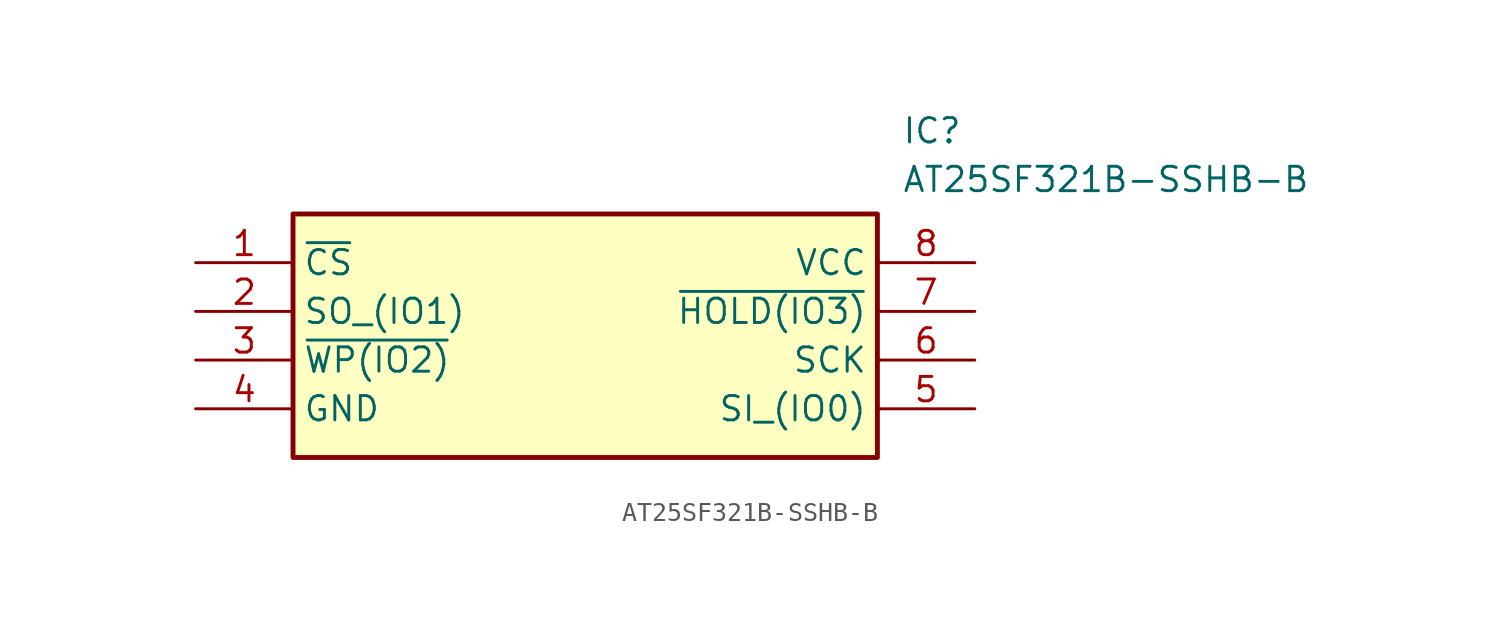
<source format=kicad_sym>
(kicad_symbol_lib
  (version 20211014)
  (generator SamacSys_ECAD_Model)
  (symbol "AT25SF321B-SSHB-B"
    (property "Reference" "IC"
      (at 36.83 7.62 0)
      (effects (font (size 1.27 1.27)) (justify left top)))
    (property "Value" "AT25SF321B-SSHB-B"
      (at 36.83 5.08 0)
      (effects (font (size 1.27 1.27)) (justify left top)))
    (rectangle
      (start 5.08 2.54)
      (end 35.56 -10.16)
      (stroke (width 0.254) (type default))
      (fill (type background)))
    (pin passive line
      (at 0 0 0)
      (length 5.08)
      (name "~{CS}" (effects (font (size 1.27 1.27))))
      (number "1" (effects (font (size 1.27 1.27)))))
    (pin passive line
      (at 0 -2.54 0)
      (length 5.08)
      (name "SO_(IO1)" (effects (font (size 1.27 1.27))))
      (number "2" (effects (font (size 1.27 1.27)))))
    (pin passive line
      (at 0 -5.08 0)
      (length 5.08)
      (name "~{WP(IO2)}" (effects (font (size 1.27 1.27))))
      (number "3" (effects (font (size 1.27 1.27)))))
    (pin passive line
      (at 0 -7.62 0)
      (length 5.08)
      (name "GND" (effects (font (size 1.27 1.27))))
      (number "4" (effects (font (size 1.27 1.27)))))
    (pin passive line
      (at 40.64 0 180)
      (length 5.08)
      (name "VCC" (effects (font (size 1.27 1.27))))
      (number "8" (effects (font (size 1.27 1.27)))))
    (pin passive line
      (at 40.64 -2.54 180)
      (length 5.08)
      (name "~{HOLD(IO3)}" (effects (font (size 1.27 1.27))))
      (number "7" (effects (font (size 1.27 1.27)))))
    (pin passive line
      (at 40.64 -5.08 180)
      (length 5.08)
      (name "SCK" (effects (font (size 1.27 1.27))))
      (number "6" (effects (font (size 1.27 1.27)))))
    (pin passive line
      (at 40.64 -7.62 180)
      (length 5.08)
      (name "SI_(IO0)" (effects (font (size 1.27 1.27))))
      (number "5" (effects (font (size 1.27 1.27)))))))
</source>
